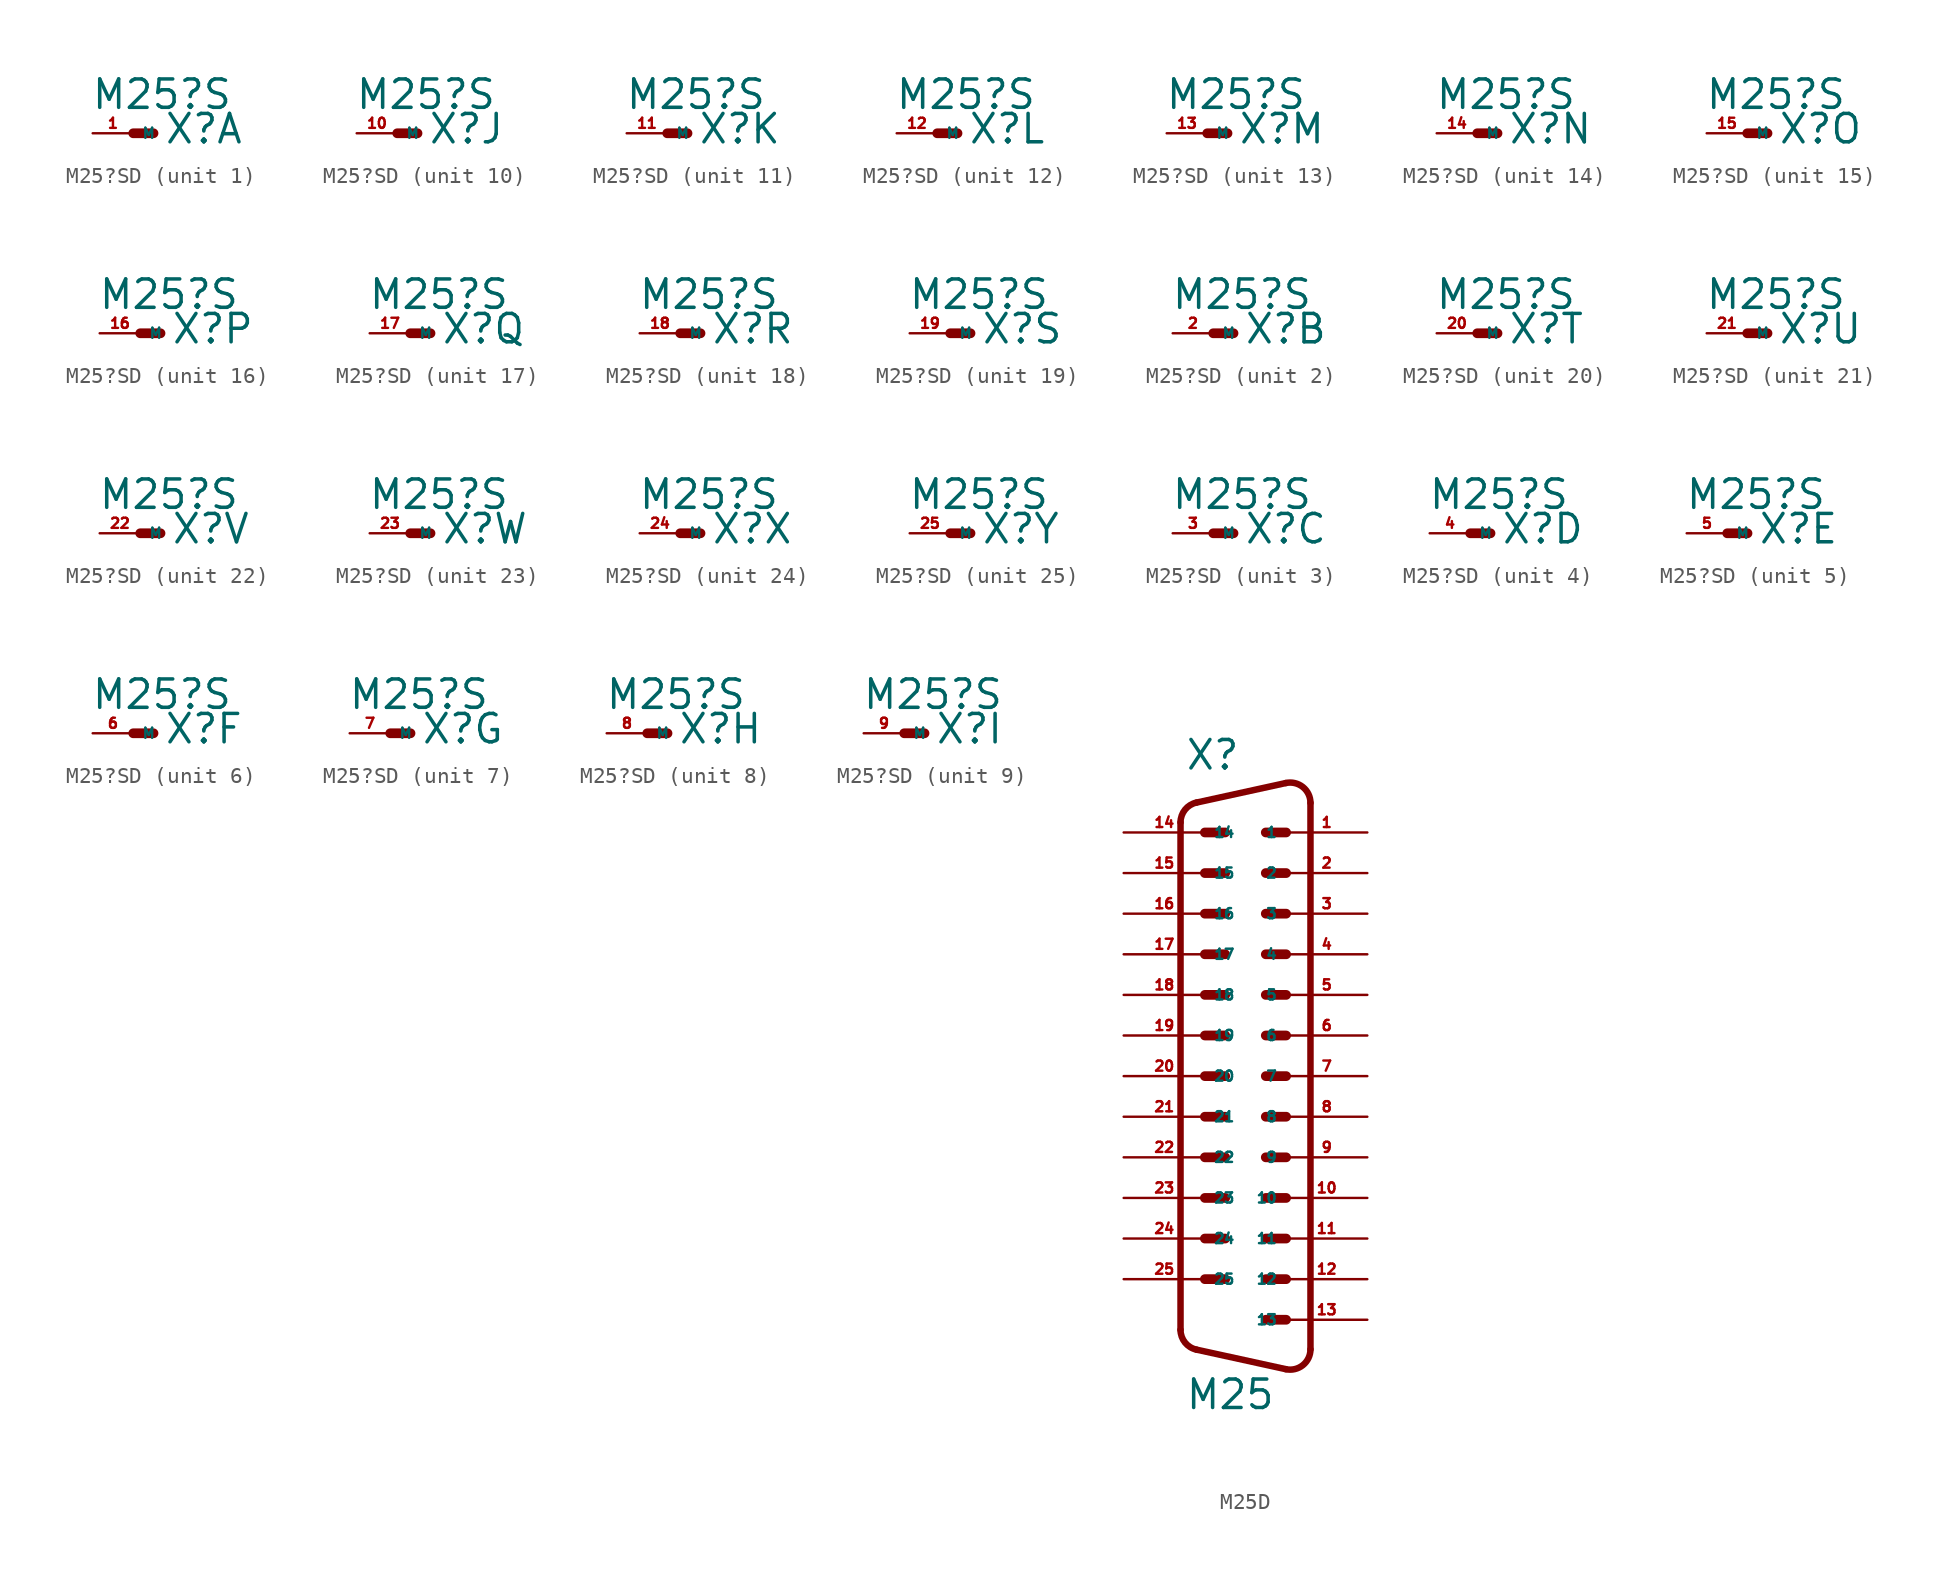
<source format=kicad_sym>
(kicad_symbol_lib
  (version 20220914)
  (generator Eagle2Kicad)
  (symbol "M25?SD"
    (property "Reference" "X"
      (at 1.905 -0.762 0)
      (effects (font (size 1.778 1.778) (thickness 0.22)) (justify left bottom)))
    (property "Value" "M25?S"
      (at -2.667 1.397 0)
      (effects (font (size 1.778 1.778) (thickness 0.22)) (justify left bottom)))
    (symbol "M25?SD_1_0"
      (polyline (pts (xy 0 0) (xy 1.27 0)) (stroke (width 0.61) (type default)) (fill (type none)))
      (pin passive line (at -2.54 0 0) (length 2.54) (name "M" (effects (font (size 0.635 0.635) (thickness 0.08)) (justify left bottom))) (number "1" (effects (font (size 0.635 0.635) (thickness 0.08)) (justify left bottom)))))
    (symbol "M25?SD_2_0"
      (polyline (pts (xy 0 0) (xy 1.27 0)) (stroke (width 0.61) (type default)) (fill (type none)))
      (pin passive line (at -2.54 0 0) (length 2.54) (name "M" (effects (font (size 0.635 0.635) (thickness 0.08)) (justify left bottom))) (number "2" (effects (font (size 0.635 0.635) (thickness 0.08)) (justify left bottom)))))
    (symbol "M25?SD_3_0"
      (polyline (pts (xy 0 0) (xy 1.27 0)) (stroke (width 0.61) (type default)) (fill (type none)))
      (pin passive line (at -2.54 0 0) (length 2.54) (name "M" (effects (font (size 0.635 0.635) (thickness 0.08)) (justify left bottom))) (number "3" (effects (font (size 0.635 0.635) (thickness 0.08)) (justify left bottom)))))
    (symbol "M25?SD_4_0"
      (polyline (pts (xy 0 0) (xy 1.27 0)) (stroke (width 0.61) (type default)) (fill (type none)))
      (pin passive line (at -2.54 0 0) (length 2.54) (name "M" (effects (font (size 0.635 0.635) (thickness 0.08)) (justify left bottom))) (number "4" (effects (font (size 0.635 0.635) (thickness 0.08)) (justify left bottom)))))
    (symbol "M25?SD_5_0"
      (polyline (pts (xy 0 0) (xy 1.27 0)) (stroke (width 0.61) (type default)) (fill (type none)))
      (pin passive line (at -2.54 0 0) (length 2.54) (name "M" (effects (font (size 0.635 0.635) (thickness 0.08)) (justify left bottom))) (number "5" (effects (font (size 0.635 0.635) (thickness 0.08)) (justify left bottom)))))
    (symbol "M25?SD_6_0"
      (polyline (pts (xy 0 0) (xy 1.27 0)) (stroke (width 0.61) (type default)) (fill (type none)))
      (pin passive line (at -2.54 0 0) (length 2.54) (name "M" (effects (font (size 0.635 0.635) (thickness 0.08)) (justify left bottom))) (number "6" (effects (font (size 0.635 0.635) (thickness 0.08)) (justify left bottom)))))
    (symbol "M25?SD_7_0"
      (polyline (pts (xy 0 0) (xy 1.27 0)) (stroke (width 0.61) (type default)) (fill (type none)))
      (pin passive line (at -2.54 0 0) (length 2.54) (name "M" (effects (font (size 0.635 0.635) (thickness 0.08)) (justify left bottom))) (number "7" (effects (font (size 0.635 0.635) (thickness 0.08)) (justify left bottom)))))
    (symbol "M25?SD_8_0"
      (polyline (pts (xy 0 0) (xy 1.27 0)) (stroke (width 0.61) (type default)) (fill (type none)))
      (pin passive line (at -2.54 0 0) (length 2.54) (name "M" (effects (font (size 0.635 0.635) (thickness 0.08)) (justify left bottom))) (number "8" (effects (font (size 0.635 0.635) (thickness 0.08)) (justify left bottom)))))
    (symbol "M25?SD_9_0"
      (polyline (pts (xy 0 0) (xy 1.27 0)) (stroke (width 0.61) (type default)) (fill (type none)))
      (pin passive line (at -2.54 0 0) (length 2.54) (name "M" (effects (font (size 0.635 0.635) (thickness 0.08)) (justify left bottom))) (number "9" (effects (font (size 0.635 0.635) (thickness 0.08)) (justify left bottom)))))
    (symbol "M25?SD_10_0"
      (polyline (pts (xy 0 0) (xy 1.27 0)) (stroke (width 0.61) (type default)) (fill (type none)))
      (pin passive line (at -2.54 0 0) (length 2.54) (name "M" (effects (font (size 0.635 0.635) (thickness 0.08)) (justify left bottom))) (number "10" (effects (font (size 0.635 0.635) (thickness 0.08)) (justify left bottom)))))
    (symbol "M25?SD_11_0"
      (polyline (pts (xy 0 0) (xy 1.27 0)) (stroke (width 0.61) (type default)) (fill (type none)))
      (pin passive line (at -2.54 0 0) (length 2.54) (name "M" (effects (font (size 0.635 0.635) (thickness 0.08)) (justify left bottom))) (number "11" (effects (font (size 0.635 0.635) (thickness 0.08)) (justify left bottom)))))
    (symbol "M25?SD_12_0"
      (polyline (pts (xy 0 0) (xy 1.27 0)) (stroke (width 0.61) (type default)) (fill (type none)))
      (pin passive line (at -2.54 0 0) (length 2.54) (name "M" (effects (font (size 0.635 0.635) (thickness 0.08)) (justify left bottom))) (number "12" (effects (font (size 0.635 0.635) (thickness 0.08)) (justify left bottom)))))
    (symbol "M25?SD_13_0"
      (polyline (pts (xy 0 0) (xy 1.27 0)) (stroke (width 0.61) (type default)) (fill (type none)))
      (pin passive line (at -2.54 0 0) (length 2.54) (name "M" (effects (font (size 0.635 0.635) (thickness 0.08)) (justify left bottom))) (number "13" (effects (font (size 0.635 0.635) (thickness 0.08)) (justify left bottom)))))
    (symbol "M25?SD_14_0"
      (polyline (pts (xy 0 0) (xy 1.27 0)) (stroke (width 0.61) (type default)) (fill (type none)))
      (pin passive line (at -2.54 0 0) (length 2.54) (name "M" (effects (font (size 0.635 0.635) (thickness 0.08)) (justify left bottom))) (number "14" (effects (font (size 0.635 0.635) (thickness 0.08)) (justify left bottom)))))
    (symbol "M25?SD_15_0"
      (polyline (pts (xy 0 0) (xy 1.27 0)) (stroke (width 0.61) (type default)) (fill (type none)))
      (pin passive line (at -2.54 0 0) (length 2.54) (name "M" (effects (font (size 0.635 0.635) (thickness 0.08)) (justify left bottom))) (number "15" (effects (font (size 0.635 0.635) (thickness 0.08)) (justify left bottom)))))
    (symbol "M25?SD_16_0"
      (polyline (pts (xy 0 0) (xy 1.27 0)) (stroke (width 0.61) (type default)) (fill (type none)))
      (pin passive line (at -2.54 0 0) (length 2.54) (name "M" (effects (font (size 0.635 0.635) (thickness 0.08)) (justify left bottom))) (number "16" (effects (font (size 0.635 0.635) (thickness 0.08)) (justify left bottom)))))
    (symbol "M25?SD_17_0"
      (polyline (pts (xy 0 0) (xy 1.27 0)) (stroke (width 0.61) (type default)) (fill (type none)))
      (pin passive line (at -2.54 0 0) (length 2.54) (name "M" (effects (font (size 0.635 0.635) (thickness 0.08)) (justify left bottom))) (number "17" (effects (font (size 0.635 0.635) (thickness 0.08)) (justify left bottom)))))
    (symbol "M25?SD_18_0"
      (polyline (pts (xy 0 0) (xy 1.27 0)) (stroke (width 0.61) (type default)) (fill (type none)))
      (pin passive line (at -2.54 0 0) (length 2.54) (name "M" (effects (font (size 0.635 0.635) (thickness 0.08)) (justify left bottom))) (number "18" (effects (font (size 0.635 0.635) (thickness 0.08)) (justify left bottom)))))
    (symbol "M25?SD_19_0"
      (polyline (pts (xy 0 0) (xy 1.27 0)) (stroke (width 0.61) (type default)) (fill (type none)))
      (pin passive line (at -2.54 0 0) (length 2.54) (name "M" (effects (font (size 0.635 0.635) (thickness 0.08)) (justify left bottom))) (number "19" (effects (font (size 0.635 0.635) (thickness 0.08)) (justify left bottom)))))
    (symbol "M25?SD_20_0"
      (polyline (pts (xy 0 0) (xy 1.27 0)) (stroke (width 0.61) (type default)) (fill (type none)))
      (pin passive line (at -2.54 0 0) (length 2.54) (name "M" (effects (font (size 0.635 0.635) (thickness 0.08)) (justify left bottom))) (number "20" (effects (font (size 0.635 0.635) (thickness 0.08)) (justify left bottom)))))
    (symbol "M25?SD_21_0"
      (polyline (pts (xy 0 0) (xy 1.27 0)) (stroke (width 0.61) (type default)) (fill (type none)))
      (pin passive line (at -2.54 0 0) (length 2.54) (name "M" (effects (font (size 0.635 0.635) (thickness 0.08)) (justify left bottom))) (number "21" (effects (font (size 0.635 0.635) (thickness 0.08)) (justify left bottom)))))
    (symbol "M25?SD_22_0"
      (polyline (pts (xy 0 0) (xy 1.27 0)) (stroke (width 0.61) (type default)) (fill (type none)))
      (pin passive line (at -2.54 0 0) (length 2.54) (name "M" (effects (font (size 0.635 0.635) (thickness 0.08)) (justify left bottom))) (number "22" (effects (font (size 0.635 0.635) (thickness 0.08)) (justify left bottom)))))
    (symbol "M25?SD_23_0"
      (polyline (pts (xy 0 0) (xy 1.27 0)) (stroke (width 0.61) (type default)) (fill (type none)))
      (pin passive line (at -2.54 0 0) (length 2.54) (name "M" (effects (font (size 0.635 0.635) (thickness 0.08)) (justify left bottom))) (number "23" (effects (font (size 0.635 0.635) (thickness 0.08)) (justify left bottom)))))
    (symbol "M25?SD_24_0"
      (polyline (pts (xy 0 0) (xy 1.27 0)) (stroke (width 0.61) (type default)) (fill (type none)))
      (pin passive line (at -2.54 0 0) (length 2.54) (name "M" (effects (font (size 0.635 0.635) (thickness 0.08)) (justify left bottom))) (number "24" (effects (font (size 0.635 0.635) (thickness 0.08)) (justify left bottom)))))
    (symbol "M25?SD_25_0"
      (polyline (pts (xy 0 0) (xy 1.27 0)) (stroke (width 0.61) (type default)) (fill (type none)))
      (pin passive line (at -2.54 0 0) (length 2.54) (name "M" (effects (font (size 0.635 0.635) (thickness 0.08)) (justify left bottom))) (number "25" (effects (font (size 0.635 0.635) (thickness 0.08)) (justify left bottom))))))
  (symbol "M25D"
    (property "Reference" "X"
      (at -3.81 16.51 0)
      (effects (font (size 1.778 1.778) (thickness 0.22)) (justify left bottom)))
    (property "Value" "M25"
      (at -3.81 -23.495 0)
      (effects (font (size 1.778 1.778) (thickness 0.22)) (justify left bottom)))
    (polyline
      (pts (xy 1.27 12.7) (xy 2.54 12.7))
      (stroke (width 0.61) (type default))
      (fill (type none)))
    (polyline
      (pts (xy -2.54 12.7) (xy -1.27 12.7))
      (stroke (width 0.61) (type default))
      (fill (type none)))
    (polyline
      (pts (xy 1.27 7.62) (xy 2.54 7.62))
      (stroke (width 0.61) (type default))
      (fill (type none)))
    (polyline
      (pts (xy -2.54 10.16) (xy -1.27 10.16))
      (stroke (width 0.61) (type default))
      (fill (type none)))
    (polyline
      (pts (xy 1.27 2.54) (xy 2.54 2.54))
      (stroke (width 0.61) (type default))
      (fill (type none)))
    (polyline
      (pts (xy -2.54 7.62) (xy -1.27 7.62))
      (stroke (width 0.61) (type default))
      (fill (type none)))
    (polyline
      (pts (xy 1.27 -2.54) (xy 2.54 -2.54))
      (stroke (width 0.61) (type default))
      (fill (type none)))
    (polyline
      (pts (xy -2.54 5.08) (xy -1.27 5.08))
      (stroke (width 0.61) (type default))
      (fill (type none)))
    (polyline
      (pts (xy 1.27 -7.62) (xy 2.54 -7.62))
      (stroke (width 0.61) (type default))
      (fill (type none)))
    (polyline
      (pts (xy -2.54 2.54) (xy -1.27 2.54))
      (stroke (width 0.61) (type default))
      (fill (type none)))
    (polyline
      (pts (xy 1.27 -12.7) (xy 2.54 -12.7))
      (stroke (width 0.61) (type default))
      (fill (type none)))
    (polyline
      (pts (xy -2.54 0) (xy -1.27 0))
      (stroke (width 0.61) (type default))
      (fill (type none)))
    (polyline
      (pts (xy 1.27 -17.78) (xy 2.54 -17.78))
      (stroke (width 0.61) (type default))
      (fill (type none)))
    (polyline
      (pts (xy -2.54 -2.54) (xy -1.27 -2.54))
      (stroke (width 0.61) (type default))
      (fill (type none)))
    (polyline
      (pts (xy 1.27 10.16) (xy 2.54 10.16))
      (stroke (width 0.61) (type default))
      (fill (type none)))
    (polyline
      (pts (xy -2.54 -5.08) (xy -1.27 -5.08))
      (stroke (width 0.61) (type default))
      (fill (type none)))
    (polyline
      (pts (xy 1.27 5.08) (xy 2.54 5.08))
      (stroke (width 0.61) (type default))
      (fill (type none)))
    (polyline
      (pts (xy -2.54 -7.62) (xy -1.27 -7.62))
      (stroke (width 0.61) (type default))
      (fill (type none)))
    (polyline
      (pts (xy 1.27 0) (xy 2.54 0))
      (stroke (width 0.61) (type default))
      (fill (type none)))
    (polyline
      (pts (xy -2.54 -10.16) (xy -1.27 -10.16))
      (stroke (width 0.61) (type default))
      (fill (type none)))
    (polyline
      (pts (xy 1.27 -5.08) (xy 2.54 -5.08))
      (stroke (width 0.61) (type default))
      (fill (type none)))
    (polyline
      (pts (xy -2.54 -12.7) (xy -1.27 -12.7))
      (stroke (width 0.61) (type default))
      (fill (type none)))
    (polyline
      (pts (xy 1.27 -10.16) (xy 2.54 -10.16))
      (stroke (width 0.61) (type default))
      (fill (type none)))
    (polyline
      (pts (xy -2.54 -15.24) (xy -1.27 -15.24))
      (stroke (width 0.61) (type default))
      (fill (type none)))
    (polyline
      (pts (xy 1.27 -15.24) (xy 2.54 -15.24))
      (stroke (width 0.61) (type default))
      (fill (type none)))
    (arc
      (start 2.5226 -20.8718)
      (mid 3.590 -20.620)
      (end 4.0637 -19.6312)
      (stroke (width 0.4064) (type default))
      (fill (type none)))
    (polyline
      (pts (xy 2.523 -20.872) (xy -3.065 -19.649))
      (stroke (width 0.406) (type default))
      (fill (type none)))
    (arc
      (start -4.064 -18.4088)
      (mid -3.783 -19.205)
      (end -3.0654 -19.6494)
      (stroke (width 0.4064) (type default))
      (fill (type none)))
    (polyline
      (pts (xy -4.064 13.329) (xy -4.064 -18.409))
      (stroke (width 0.406) (type default))
      (fill (type none)))
    (arc
      (start -3.0654 14.5694)
      (mid -3.783 14.125)
      (end -4.064 13.3288)
      (stroke (width 0.4064) (type default))
      (fill (type none)))
    (polyline
      (pts (xy 4.064 14.551) (xy 4.064 -19.631))
      (stroke (width 0.406) (type default))
      (fill (type none)))
    (polyline
      (pts (xy 2.523 15.792) (xy -3.065 14.569))
      (stroke (width 0.406) (type default))
      (fill (type none)))
    (arc
      (start 4.064 14.5512)
      (mid 3.590 15.541)
      (end 2.5226 15.7919)
      (stroke (width 0.4064) (type default))
      (fill (type none)))
    (pin passive line
      (at 7.62 12.7 180)
      (length 5.08)
      (name "1" (effects (font (size 0.635 0.635) (thickness 0.08)) (justify left bottom)))
      (number "1" (effects (font (size 0.635 0.635) (thickness 0.08)) (justify left bottom))))
    (pin passive line
      (at -7.62 12.7 0)
      (length 5.08)
      (name "14" (effects (font (size 0.635 0.635) (thickness 0.08)) (justify left bottom)))
      (number "14" (effects (font (size 0.635 0.635) (thickness 0.08)) (justify left bottom))))
    (pin passive line
      (at 7.62 10.16 180)
      (length 5.08)
      (name "2" (effects (font (size 0.635 0.635) (thickness 0.08)) (justify left bottom)))
      (number "2" (effects (font (size 0.635 0.635) (thickness 0.08)) (justify left bottom))))
    (pin passive line
      (at -7.62 10.16 0)
      (length 5.08)
      (name "15" (effects (font (size 0.635 0.635) (thickness 0.08)) (justify left bottom)))
      (number "15" (effects (font (size 0.635 0.635) (thickness 0.08)) (justify left bottom))))
    (pin passive line
      (at 7.62 7.62 180)
      (length 5.08)
      (name "3" (effects (font (size 0.635 0.635) (thickness 0.08)) (justify left bottom)))
      (number "3" (effects (font (size 0.635 0.635) (thickness 0.08)) (justify left bottom))))
    (pin passive line
      (at -7.62 7.62 0)
      (length 5.08)
      (name "16" (effects (font (size 0.635 0.635) (thickness 0.08)) (justify left bottom)))
      (number "16" (effects (font (size 0.635 0.635) (thickness 0.08)) (justify left bottom))))
    (pin passive line
      (at 7.62 5.08 180)
      (length 5.08)
      (name "4" (effects (font (size 0.635 0.635) (thickness 0.08)) (justify left bottom)))
      (number "4" (effects (font (size 0.635 0.635) (thickness 0.08)) (justify left bottom))))
    (pin passive line
      (at -7.62 5.08 0)
      (length 5.08)
      (name "17" (effects (font (size 0.635 0.635) (thickness 0.08)) (justify left bottom)))
      (number "17" (effects (font (size 0.635 0.635) (thickness 0.08)) (justify left bottom))))
    (pin passive line
      (at 7.62 2.54 180)
      (length 5.08)
      (name "5" (effects (font (size 0.635 0.635) (thickness 0.08)) (justify left bottom)))
      (number "5" (effects (font (size 0.635 0.635) (thickness 0.08)) (justify left bottom))))
    (pin passive line
      (at -7.62 2.54 0)
      (length 5.08)
      (name "18" (effects (font (size 0.635 0.635) (thickness 0.08)) (justify left bottom)))
      (number "18" (effects (font (size 0.635 0.635) (thickness 0.08)) (justify left bottom))))
    (pin passive line
      (at 7.62 0 180)
      (length 5.08)
      (name "6" (effects (font (size 0.635 0.635) (thickness 0.08)) (justify left bottom)))
      (number "6" (effects (font (size 0.635 0.635) (thickness 0.08)) (justify left bottom))))
    (pin passive line
      (at -7.62 0 0)
      (length 5.08)
      (name "19" (effects (font (size 0.635 0.635) (thickness 0.08)) (justify left bottom)))
      (number "19" (effects (font (size 0.635 0.635) (thickness 0.08)) (justify left bottom))))
    (pin passive line
      (at 7.62 -2.54 180)
      (length 5.08)
      (name "7" (effects (font (size 0.635 0.635) (thickness 0.08)) (justify left bottom)))
      (number "7" (effects (font (size 0.635 0.635) (thickness 0.08)) (justify left bottom))))
    (pin passive line
      (at -7.62 -2.54 0)
      (length 5.08)
      (name "20" (effects (font (size 0.635 0.635) (thickness 0.08)) (justify left bottom)))
      (number "20" (effects (font (size 0.635 0.635) (thickness 0.08)) (justify left bottom))))
    (pin passive line
      (at 7.62 -5.08 180)
      (length 5.08)
      (name "8" (effects (font (size 0.635 0.635) (thickness 0.08)) (justify left bottom)))
      (number "8" (effects (font (size 0.635 0.635) (thickness 0.08)) (justify left bottom))))
    (pin passive line
      (at -7.62 -5.08 0)
      (length 5.08)
      (name "21" (effects (font (size 0.635 0.635) (thickness 0.08)) (justify left bottom)))
      (number "21" (effects (font (size 0.635 0.635) (thickness 0.08)) (justify left bottom))))
    (pin passive line
      (at 7.62 -7.62 180)
      (length 5.08)
      (name "9" (effects (font (size 0.635 0.635) (thickness 0.08)) (justify left bottom)))
      (number "9" (effects (font (size 0.635 0.635) (thickness 0.08)) (justify left bottom))))
    (pin passive line
      (at -7.62 -7.62 0)
      (length 5.08)
      (name "22" (effects (font (size 0.635 0.635) (thickness 0.08)) (justify left bottom)))
      (number "22" (effects (font (size 0.635 0.635) (thickness 0.08)) (justify left bottom))))
    (pin passive line
      (at 7.62 -10.16 180)
      (length 5.08)
      (name "10" (effects (font (size 0.635 0.635) (thickness 0.08)) (justify left bottom)))
      (number "10" (effects (font (size 0.635 0.635) (thickness 0.08)) (justify left bottom))))
    (pin passive line
      (at -7.62 -10.16 0)
      (length 5.08)
      (name "23" (effects (font (size 0.635 0.635) (thickness 0.08)) (justify left bottom)))
      (number "23" (effects (font (size 0.635 0.635) (thickness 0.08)) (justify left bottom))))
    (pin passive line
      (at 7.62 -12.7 180)
      (length 5.08)
      (name "11" (effects (font (size 0.635 0.635) (thickness 0.08)) (justify left bottom)))
      (number "11" (effects (font (size 0.635 0.635) (thickness 0.08)) (justify left bottom))))
    (pin passive line
      (at -7.62 -12.7 0)
      (length 5.08)
      (name "24" (effects (font (size 0.635 0.635) (thickness 0.08)) (justify left bottom)))
      (number "24" (effects (font (size 0.635 0.635) (thickness 0.08)) (justify left bottom))))
    (pin passive line
      (at 7.62 -15.24 180)
      (length 5.08)
      (name "12" (effects (font (size 0.635 0.635) (thickness 0.08)) (justify left bottom)))
      (number "12" (effects (font (size 0.635 0.635) (thickness 0.08)) (justify left bottom))))
    (pin passive line
      (at -7.62 -15.24 0)
      (length 5.08)
      (name "25" (effects (font (size 0.635 0.635) (thickness 0.08)) (justify left bottom)))
      (number "25" (effects (font (size 0.635 0.635) (thickness 0.08)) (justify left bottom))))
    (pin passive line
      (at 7.62 -17.78 180)
      (length 5.08)
      (name "13" (effects (font (size 0.635 0.635) (thickness 0.08)) (justify left bottom)))
      (number "13" (effects (font (size 0.635 0.635) (thickness 0.08)) (justify left bottom))))))
</source>
